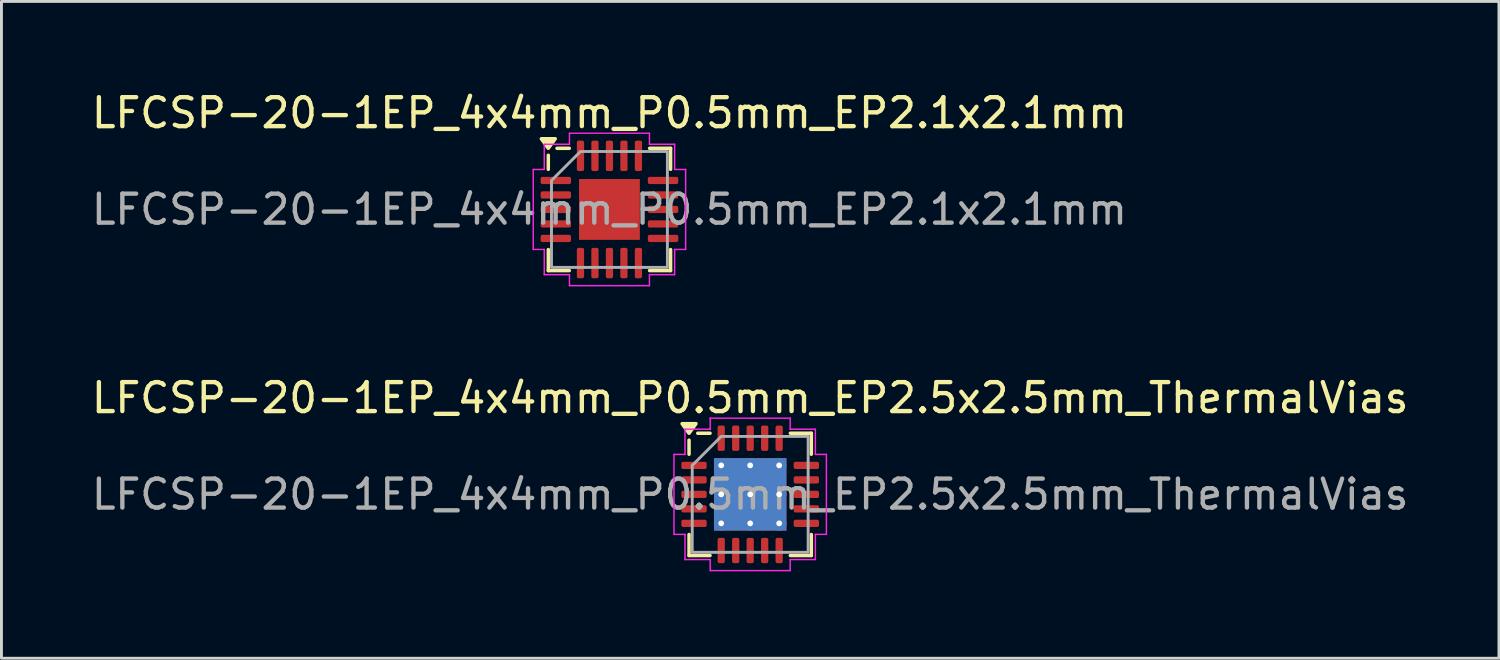
<source format=kicad_pcb>
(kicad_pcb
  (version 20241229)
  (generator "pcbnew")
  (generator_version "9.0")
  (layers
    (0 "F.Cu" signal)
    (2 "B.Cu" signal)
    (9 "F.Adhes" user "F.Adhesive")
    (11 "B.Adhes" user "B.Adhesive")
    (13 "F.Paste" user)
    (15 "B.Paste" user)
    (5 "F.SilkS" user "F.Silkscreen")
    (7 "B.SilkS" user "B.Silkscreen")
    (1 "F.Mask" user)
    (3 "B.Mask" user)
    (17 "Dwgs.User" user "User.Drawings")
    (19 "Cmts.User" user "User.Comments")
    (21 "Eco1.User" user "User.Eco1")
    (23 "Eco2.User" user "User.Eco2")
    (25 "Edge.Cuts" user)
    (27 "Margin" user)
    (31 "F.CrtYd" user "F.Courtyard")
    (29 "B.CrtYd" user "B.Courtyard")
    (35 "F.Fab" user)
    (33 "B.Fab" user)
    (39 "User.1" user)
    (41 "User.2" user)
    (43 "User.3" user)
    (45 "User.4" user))
  (footprint "LFCSP-20-1EP_4x4mm_P0.5mm_EP2.5x2.5mm_ThermalVias"
    (layer "F.Cu")
    (at 22.839 14.011)
    (property "Reference" "LFCSP-20-1EP_4x4mm_P0.5mm_EP2.5x2.5mm_ThermalVias" (at 0 -3.33 0) (layer "F.SilkS") (effects (font (size 1 1) (thickness 0.15))))
    (attr smd)
    (fp_line (start -2.11 -1.385) (end -2.11 -1.87) (stroke (width 0.12) (type solid)) (layer "F.SilkS"))
    (fp_line (start -2.11 2.11) (end -2.11 1.385) (stroke (width 0.12) (type solid)) (layer "F.SilkS"))
    (fp_line (start -1.385 -2.11) (end -1.81 -2.11) (stroke (width 0.12) (type solid)) (layer "F.SilkS"))
    (fp_line (start -1.385 2.11) (end -2.11 2.11) (stroke (width 0.12) (type solid)) (layer "F.SilkS"))
    (fp_line (start 1.385 -2.11) (end 2.11 -2.11) (stroke (width 0.12) (type solid)) (layer "F.SilkS"))
    (fp_line (start 1.385 2.11) (end 2.11 2.11) (stroke (width 0.12) (type solid)) (layer "F.SilkS"))
    (fp_line (start 2.11 -2.11) (end 2.11 -1.385) (stroke (width 0.12) (type solid)) (layer "F.SilkS"))
    (fp_line (start 2.11 2.11) (end 2.11 1.385) (stroke (width 0.12) (type solid)) (layer "F.SilkS"))
    (fp_poly (pts (xy -2.11 -2.11) (xy -2.35 -2.44) (xy -1.87 -2.44)) (stroke (width 0.12) (type solid)) (fill yes) (layer "F.SilkS"))
    (fp_line (start -2.63 -1.38) (end -2.25 -1.38) (stroke (width 0.05) (type solid)) (layer "F.CrtYd"))
    (fp_line (start -2.63 1.38) (end -2.63 -1.38) (stroke (width 0.05) (type solid)) (layer "F.CrtYd"))
    (fp_line (start -2.25 -2.25) (end -1.38 -2.25) (stroke (width 0.05) (type solid)) (layer "F.CrtYd"))
    (fp_line (start -2.25 -1.38) (end -2.25 -2.25) (stroke (width 0.05) (type solid)) (layer "F.CrtYd"))
    (fp_line (start -2.25 1.38) (end -2.63 1.38) (stroke (width 0.05) (type solid)) (layer "F.CrtYd"))
    (fp_line (start -2.25 2.25) (end -2.25 1.38) (stroke (width 0.05) (type solid)) (layer "F.CrtYd"))
    (fp_line (start -1.38 -2.63) (end 1.38 -2.63) (stroke (width 0.05) (type solid)) (layer "F.CrtYd"))
    (fp_line (start -1.38 -2.25) (end -1.38 -2.63) (stroke (width 0.05) (type solid)) (layer "F.CrtYd"))
    (fp_line (start -1.38 2.25) (end -2.25 2.25) (stroke (width 0.05) (type solid)) (layer "F.CrtYd"))
    (fp_line (start -1.38 2.63) (end -1.38 2.25) (stroke (width 0.05) (type solid)) (layer "F.CrtYd"))
    (fp_line (start 1.38 -2.63) (end 1.38 -2.25) (stroke (width 0.05) (type solid)) (layer "F.CrtYd"))
    (fp_line (start 1.38 -2.25) (end 2.25 -2.25) (stroke (width 0.05) (type solid)) (layer "F.CrtYd"))
    (fp_line (start 1.38 2.25) (end 1.38 2.63) (stroke (width 0.05) (type solid)) (layer "F.CrtYd"))
    (fp_line (start 1.38 2.63) (end -1.38 2.63) (stroke (width 0.05) (type solid)) (layer "F.CrtYd"))
    (fp_line (start 2.25 -2.25) (end 2.25 -1.38) (stroke (width 0.05) (type solid)) (layer "F.CrtYd"))
    (fp_line (start 2.25 -1.38) (end 2.63 -1.38) (stroke (width 0.05) (type solid)) (layer "F.CrtYd"))
    (fp_line (start 2.25 1.38) (end 2.25 2.25) (stroke (width 0.05) (type solid)) (layer "F.CrtYd"))
    (fp_line (start 2.25 2.25) (end 1.38 2.25) (stroke (width 0.05) (type solid)) (layer "F.CrtYd"))
    (fp_line (start 2.63 -1.38) (end 2.63 1.38) (stroke (width 0.05) (type solid)) (layer "F.CrtYd"))
    (fp_line (start 2.63 1.38) (end 2.25 1.38) (stroke (width 0.05) (type solid)) (layer "F.CrtYd"))
    (fp_poly (pts (xy -2 -1) (xy -2 2) (xy 2 2) (xy 2 -2) (xy -1 -2)) (stroke (width 0.1) (type solid)) (fill no) (layer "F.Fab"))
    (fp_text user "${REFERENCE}" (at 0 0 0) (layer "F.Fab") (effects (font (size 1 1) (thickness 0.15))))
    (pad "" smd roundrect (at -0.625 -0.625) (size 1.08 1.08) (layers "F.Paste") (roundrect_rratio 0.231))
    (pad "" smd roundrect (at -0.625 0.625) (size 1.08 1.08) (layers "F.Paste") (roundrect_rratio 0.231))
    (pad "" smd roundrect (at 0.625 -0.625) (size 1.08 1.08) (layers "F.Paste") (roundrect_rratio 0.231))
    (pad "" smd roundrect (at 0.625 0.625) (size 1.08 1.08) (layers "F.Paste") (roundrect_rratio 0.231))
    (pad "1" smd roundrect (at -1.938 -1) (size 0.875 0.25) (layers "F.Cu" "F.Mask" "F.Paste") (roundrect_rratio 0.25))
    (pad "2" smd roundrect (at -1.938 -0.5) (size 0.875 0.25) (layers "F.Cu" "F.Mask" "F.Paste") (roundrect_rratio 0.25))
    (pad "3" smd roundrect (at -1.938 0) (size 0.875 0.25) (layers "F.Cu" "F.Mask" "F.Paste") (roundrect_rratio 0.25))
    (pad "4" smd roundrect (at -1.938 0.5) (size 0.875 0.25) (layers "F.Cu" "F.Mask" "F.Paste") (roundrect_rratio 0.25))
    (pad "5" smd roundrect (at -1.938 1) (size 0.875 0.25) (layers "F.Cu" "F.Mask" "F.Paste") (roundrect_rratio 0.25))
    (pad "6" smd roundrect (at -1 1.938) (size 0.25 0.875) (layers "F.Cu" "F.Mask" "F.Paste") (roundrect_rratio 0.25))
    (pad "7" smd roundrect (at -0.5 1.938) (size 0.25 0.875) (layers "F.Cu" "F.Mask" "F.Paste") (roundrect_rratio 0.25))
    (pad "8" smd roundrect (at 0 1.938) (size 0.25 0.875) (layers "F.Cu" "F.Mask" "F.Paste") (roundrect_rratio 0.25))
    (pad "9" smd roundrect (at 0.5 1.938) (size 0.25 0.875) (layers "F.Cu" "F.Mask" "F.Paste") (roundrect_rratio 0.25))
    (pad "10" smd roundrect (at 1 1.938) (size 0.25 0.875) (layers "F.Cu" "F.Mask" "F.Paste") (roundrect_rratio 0.25))
    (pad "11" smd roundrect (at 1.938 1) (size 0.875 0.25) (layers "F.Cu" "F.Mask" "F.Paste") (roundrect_rratio 0.25))
    (pad "12" smd roundrect (at 1.938 0.5) (size 0.875 0.25) (layers "F.Cu" "F.Mask" "F.Paste") (roundrect_rratio 0.25))
    (pad "13" smd roundrect (at 1.938 0) (size 0.875 0.25) (layers "F.Cu" "F.Mask" "F.Paste") (roundrect_rratio 0.25))
    (pad "14" smd roundrect (at 1.938 -0.5) (size 0.875 0.25) (layers "F.Cu" "F.Mask" "F.Paste") (roundrect_rratio 0.25))
    (pad "15" smd roundrect (at 1.938 -1) (size 0.875 0.25) (layers "F.Cu" "F.Mask" "F.Paste") (roundrect_rratio 0.25))
    (pad "16" smd roundrect (at 1 -1.938) (size 0.25 0.875) (layers "F.Cu" "F.Mask" "F.Paste") (roundrect_rratio 0.25))
    (pad "17" smd roundrect (at 0.5 -1.938) (size 0.25 0.875) (layers "F.Cu" "F.Mask" "F.Paste") (roundrect_rratio 0.25))
    (pad "18" smd roundrect (at 0 -1.938) (size 0.25 0.875) (layers "F.Cu" "F.Mask" "F.Paste") (roundrect_rratio 0.25))
    (pad "19" smd roundrect (at -0.5 -1.938) (size 0.25 0.875) (layers "F.Cu" "F.Mask" "F.Paste") (roundrect_rratio 0.25))
    (pad "20" smd roundrect (at -1 -1.938) (size 0.25 0.875) (layers "F.Cu" "F.Mask" "F.Paste") (roundrect_rratio 0.25))
    (pad "21" thru_hole circle (at -1 -1) (size 0.5 0.5) (drill 0.2) (property pad_prop_heatsink) (layers "*.Cu"))
    (pad "21" thru_hole circle (at -1 0) (size 0.5 0.5) (drill 0.2) (property pad_prop_heatsink) (layers "*.Cu"))
    (pad "21" thru_hole circle (at -1 1) (size 0.5 0.5) (drill 0.2) (property pad_prop_heatsink) (layers "*.Cu"))
    (pad "21" thru_hole circle (at 0 -1) (size 0.5 0.5) (drill 0.2) (property pad_prop_heatsink) (layers "*.Cu"))
    (pad "21" thru_hole circle (at 0 0) (size 0.5 0.5) (drill 0.2) (property pad_prop_heatsink) (layers "*.Cu"))
    (pad "21" smd rect (at 0 0) (size 2.5 2.5) (property pad_prop_heatsink) (layers "F.Cu" "F.Mask"))
    (pad "21" smd rect (at 0 0) (size 2.5 2.5) (property pad_prop_heatsink) (layers "B.Cu"))
    (pad "21" thru_hole circle (at 0 1) (size 0.5 0.5) (drill 0.2) (property pad_prop_heatsink) (layers "*.Cu"))
    (pad "21" thru_hole circle (at 1 -1) (size 0.5 0.5) (drill 0.2) (property pad_prop_heatsink) (layers "*.Cu"))
    (pad "21" thru_hole circle (at 1 0) (size 0.5 0.5) (drill 0.2) (property pad_prop_heatsink) (layers "*.Cu"))
    (pad "21" thru_hole circle (at 1 1) (size 0.5 0.5) (drill 0.2) (property pad_prop_heatsink) (layers "*.Cu")))
  (footprint "LFCSP-20-1EP_4x4mm_P0.5mm_EP2.1x2.1mm"
    (layer "F.Cu")
    (at 17.982 4.178)
    (property "Reference" "LFCSP-20-1EP_4x4mm_P0.5mm_EP2.1x2.1mm" (at 0 -3.33 0) (layer "F.SilkS") (effects (font (size 1 1) (thickness 0.15))))
    (attr smd)
    (fp_line (start -2.11 -1.385) (end -2.11 -1.87) (stroke (width 0.12) (type solid)) (layer "F.SilkS"))
    (fp_line (start -2.11 2.11) (end -2.11 1.385) (stroke (width 0.12) (type solid)) (layer "F.SilkS"))
    (fp_line (start -1.385 -2.11) (end -1.81 -2.11) (stroke (width 0.12) (type solid)) (layer "F.SilkS"))
    (fp_line (start -1.385 2.11) (end -2.11 2.11) (stroke (width 0.12) (type solid)) (layer "F.SilkS"))
    (fp_line (start 1.385 -2.11) (end 2.11 -2.11) (stroke (width 0.12) (type solid)) (layer "F.SilkS"))
    (fp_line (start 1.385 2.11) (end 2.11 2.11) (stroke (width 0.12) (type solid)) (layer "F.SilkS"))
    (fp_line (start 2.11 -2.11) (end 2.11 -1.385) (stroke (width 0.12) (type solid)) (layer "F.SilkS"))
    (fp_line (start 2.11 2.11) (end 2.11 1.385) (stroke (width 0.12) (type solid)) (layer "F.SilkS"))
    (fp_poly (pts (xy -2.11 -2.11) (xy -2.35 -2.44) (xy -1.87 -2.44)) (stroke (width 0.12) (type solid)) (fill yes) (layer "F.SilkS"))
    (fp_line (start -2.63 -1.38) (end -2.25 -1.38) (stroke (width 0.05) (type solid)) (layer "F.CrtYd"))
    (fp_line (start -2.63 1.38) (end -2.63 -1.38) (stroke (width 0.05) (type solid)) (layer "F.CrtYd"))
    (fp_line (start -2.25 -2.25) (end -1.38 -2.25) (stroke (width 0.05) (type solid)) (layer "F.CrtYd"))
    (fp_line (start -2.25 -1.38) (end -2.25 -2.25) (stroke (width 0.05) (type solid)) (layer "F.CrtYd"))
    (fp_line (start -2.25 1.38) (end -2.63 1.38) (stroke (width 0.05) (type solid)) (layer "F.CrtYd"))
    (fp_line (start -2.25 2.25) (end -2.25 1.38) (stroke (width 0.05) (type solid)) (layer "F.CrtYd"))
    (fp_line (start -1.38 -2.63) (end 1.38 -2.63) (stroke (width 0.05) (type solid)) (layer "F.CrtYd"))
    (fp_line (start -1.38 -2.25) (end -1.38 -2.63) (stroke (width 0.05) (type solid)) (layer "F.CrtYd"))
    (fp_line (start -1.38 2.25) (end -2.25 2.25) (stroke (width 0.05) (type solid)) (layer "F.CrtYd"))
    (fp_line (start -1.38 2.63) (end -1.38 2.25) (stroke (width 0.05) (type solid)) (layer "F.CrtYd"))
    (fp_line (start 1.38 -2.63) (end 1.38 -2.25) (stroke (width 0.05) (type solid)) (layer "F.CrtYd"))
    (fp_line (start 1.38 -2.25) (end 2.25 -2.25) (stroke (width 0.05) (type solid)) (layer "F.CrtYd"))
    (fp_line (start 1.38 2.25) (end 1.38 2.63) (stroke (width 0.05) (type solid)) (layer "F.CrtYd"))
    (fp_line (start 1.38 2.63) (end -1.38 2.63) (stroke (width 0.05) (type solid)) (layer "F.CrtYd"))
    (fp_line (start 2.25 -2.25) (end 2.25 -1.38) (stroke (width 0.05) (type solid)) (layer "F.CrtYd"))
    (fp_line (start 2.25 -1.38) (end 2.63 -1.38) (stroke (width 0.05) (type solid)) (layer "F.CrtYd"))
    (fp_line (start 2.25 1.38) (end 2.25 2.25) (stroke (width 0.05) (type solid)) (layer "F.CrtYd"))
    (fp_line (start 2.25 2.25) (end 1.38 2.25) (stroke (width 0.05) (type solid)) (layer "F.CrtYd"))
    (fp_line (start 2.63 -1.38) (end 2.63 1.38) (stroke (width 0.05) (type solid)) (layer "F.CrtYd"))
    (fp_line (start 2.63 1.38) (end 2.25 1.38) (stroke (width 0.05) (type solid)) (layer "F.CrtYd"))
    (fp_poly (pts (xy -2 -1) (xy -2 2) (xy 2 2) (xy 2 -2) (xy -1 -2)) (stroke (width 0.1) (type solid)) (fill no) (layer "F.Fab"))
    (fp_text user "${REFERENCE}" (at 0 0 0) (layer "F.Fab") (effects (font (size 1 1) (thickness 0.15))))
    (pad "" smd roundrect (at -0.525 -0.525) (size 0.85 0.85) (layers "F.Paste") (roundrect_rratio 0.25))
    (pad "" smd roundrect (at -0.525 0.525) (size 0.85 0.85) (layers "F.Paste") (roundrect_rratio 0.25))
    (pad "" smd roundrect (at 0.525 -0.525) (size 0.85 0.85) (layers "F.Paste") (roundrect_rratio 0.25))
    (pad "" smd roundrect (at 0.525 0.525) (size 0.85 0.85) (layers "F.Paste") (roundrect_rratio 0.25))
    (pad "1" smd roundrect (at -1.85 -1) (size 1.05 0.25) (layers "F.Cu" "F.Mask" "F.Paste") (roundrect_rratio 0.25))
    (pad "2" smd roundrect (at -1.85 -0.5) (size 1.05 0.25) (layers "F.Cu" "F.Mask" "F.Paste") (roundrect_rratio 0.25))
    (pad "3" smd roundrect (at -1.85 0) (size 1.05 0.25) (layers "F.Cu" "F.Mask" "F.Paste") (roundrect_rratio 0.25))
    (pad "4" smd roundrect (at -1.85 0.5) (size 1.05 0.25) (layers "F.Cu" "F.Mask" "F.Paste") (roundrect_rratio 0.25))
    (pad "5" smd roundrect (at -1.85 1) (size 1.05 0.25) (layers "F.Cu" "F.Mask" "F.Paste") (roundrect_rratio 0.25))
    (pad "6" smd roundrect (at -1 1.85) (size 0.25 1.05) (layers "F.Cu" "F.Mask" "F.Paste") (roundrect_rratio 0.25))
    (pad "7" smd roundrect (at -0.5 1.85) (size 0.25 1.05) (layers "F.Cu" "F.Mask" "F.Paste") (roundrect_rratio 0.25))
    (pad "8" smd roundrect (at 0 1.85) (size 0.25 1.05) (layers "F.Cu" "F.Mask" "F.Paste") (roundrect_rratio 0.25))
    (pad "9" smd roundrect (at 0.5 1.85) (size 0.25 1.05) (layers "F.Cu" "F.Mask" "F.Paste") (roundrect_rratio 0.25))
    (pad "10" smd roundrect (at 1 1.85) (size 0.25 1.05) (layers "F.Cu" "F.Mask" "F.Paste") (roundrect_rratio 0.25))
    (pad "11" smd roundrect (at 1.85 1) (size 1.05 0.25) (layers "F.Cu" "F.Mask" "F.Paste") (roundrect_rratio 0.25))
    (pad "12" smd roundrect (at 1.85 0.5) (size 1.05 0.25) (layers "F.Cu" "F.Mask" "F.Paste") (roundrect_rratio 0.25))
    (pad "13" smd roundrect (at 1.85 0) (size 1.05 0.25) (layers "F.Cu" "F.Mask" "F.Paste") (roundrect_rratio 0.25))
    (pad "14" smd roundrect (at 1.85 -0.5) (size 1.05 0.25) (layers "F.Cu" "F.Mask" "F.Paste") (roundrect_rratio 0.25))
    (pad "15" smd roundrect (at 1.85 -1) (size 1.05 0.25) (layers "F.Cu" "F.Mask" "F.Paste") (roundrect_rratio 0.25))
    (pad "16" smd roundrect (at 1 -1.85) (size 0.25 1.05) (layers "F.Cu" "F.Mask" "F.Paste") (roundrect_rratio 0.25))
    (pad "17" smd roundrect (at 0.5 -1.85) (size 0.25 1.05) (layers "F.Cu" "F.Mask" "F.Paste") (roundrect_rratio 0.25))
    (pad "18" smd roundrect (at 0 -1.85) (size 0.25 1.05) (layers "F.Cu" "F.Mask" "F.Paste") (roundrect_rratio 0.25))
    (pad "19" smd roundrect (at -0.5 -1.85) (size 0.25 1.05) (layers "F.Cu" "F.Mask" "F.Paste") (roundrect_rratio 0.25))
    (pad "20" smd roundrect (at -1 -1.85) (size 0.25 1.05) (layers "F.Cu" "F.Mask" "F.Paste") (roundrect_rratio 0.25))
    (pad "21" smd rect (at 0 0) (size 2.1 2.1) (property pad_prop_heatsink) (layers "F.Cu" "F.Mask")))
  (gr_rect
    (start -3 -3)
    (end 48.679 19.666)
    (stroke (width 0.1) (type default))
    (fill no)
    (layer "Edge.Cuts")))
</source>
